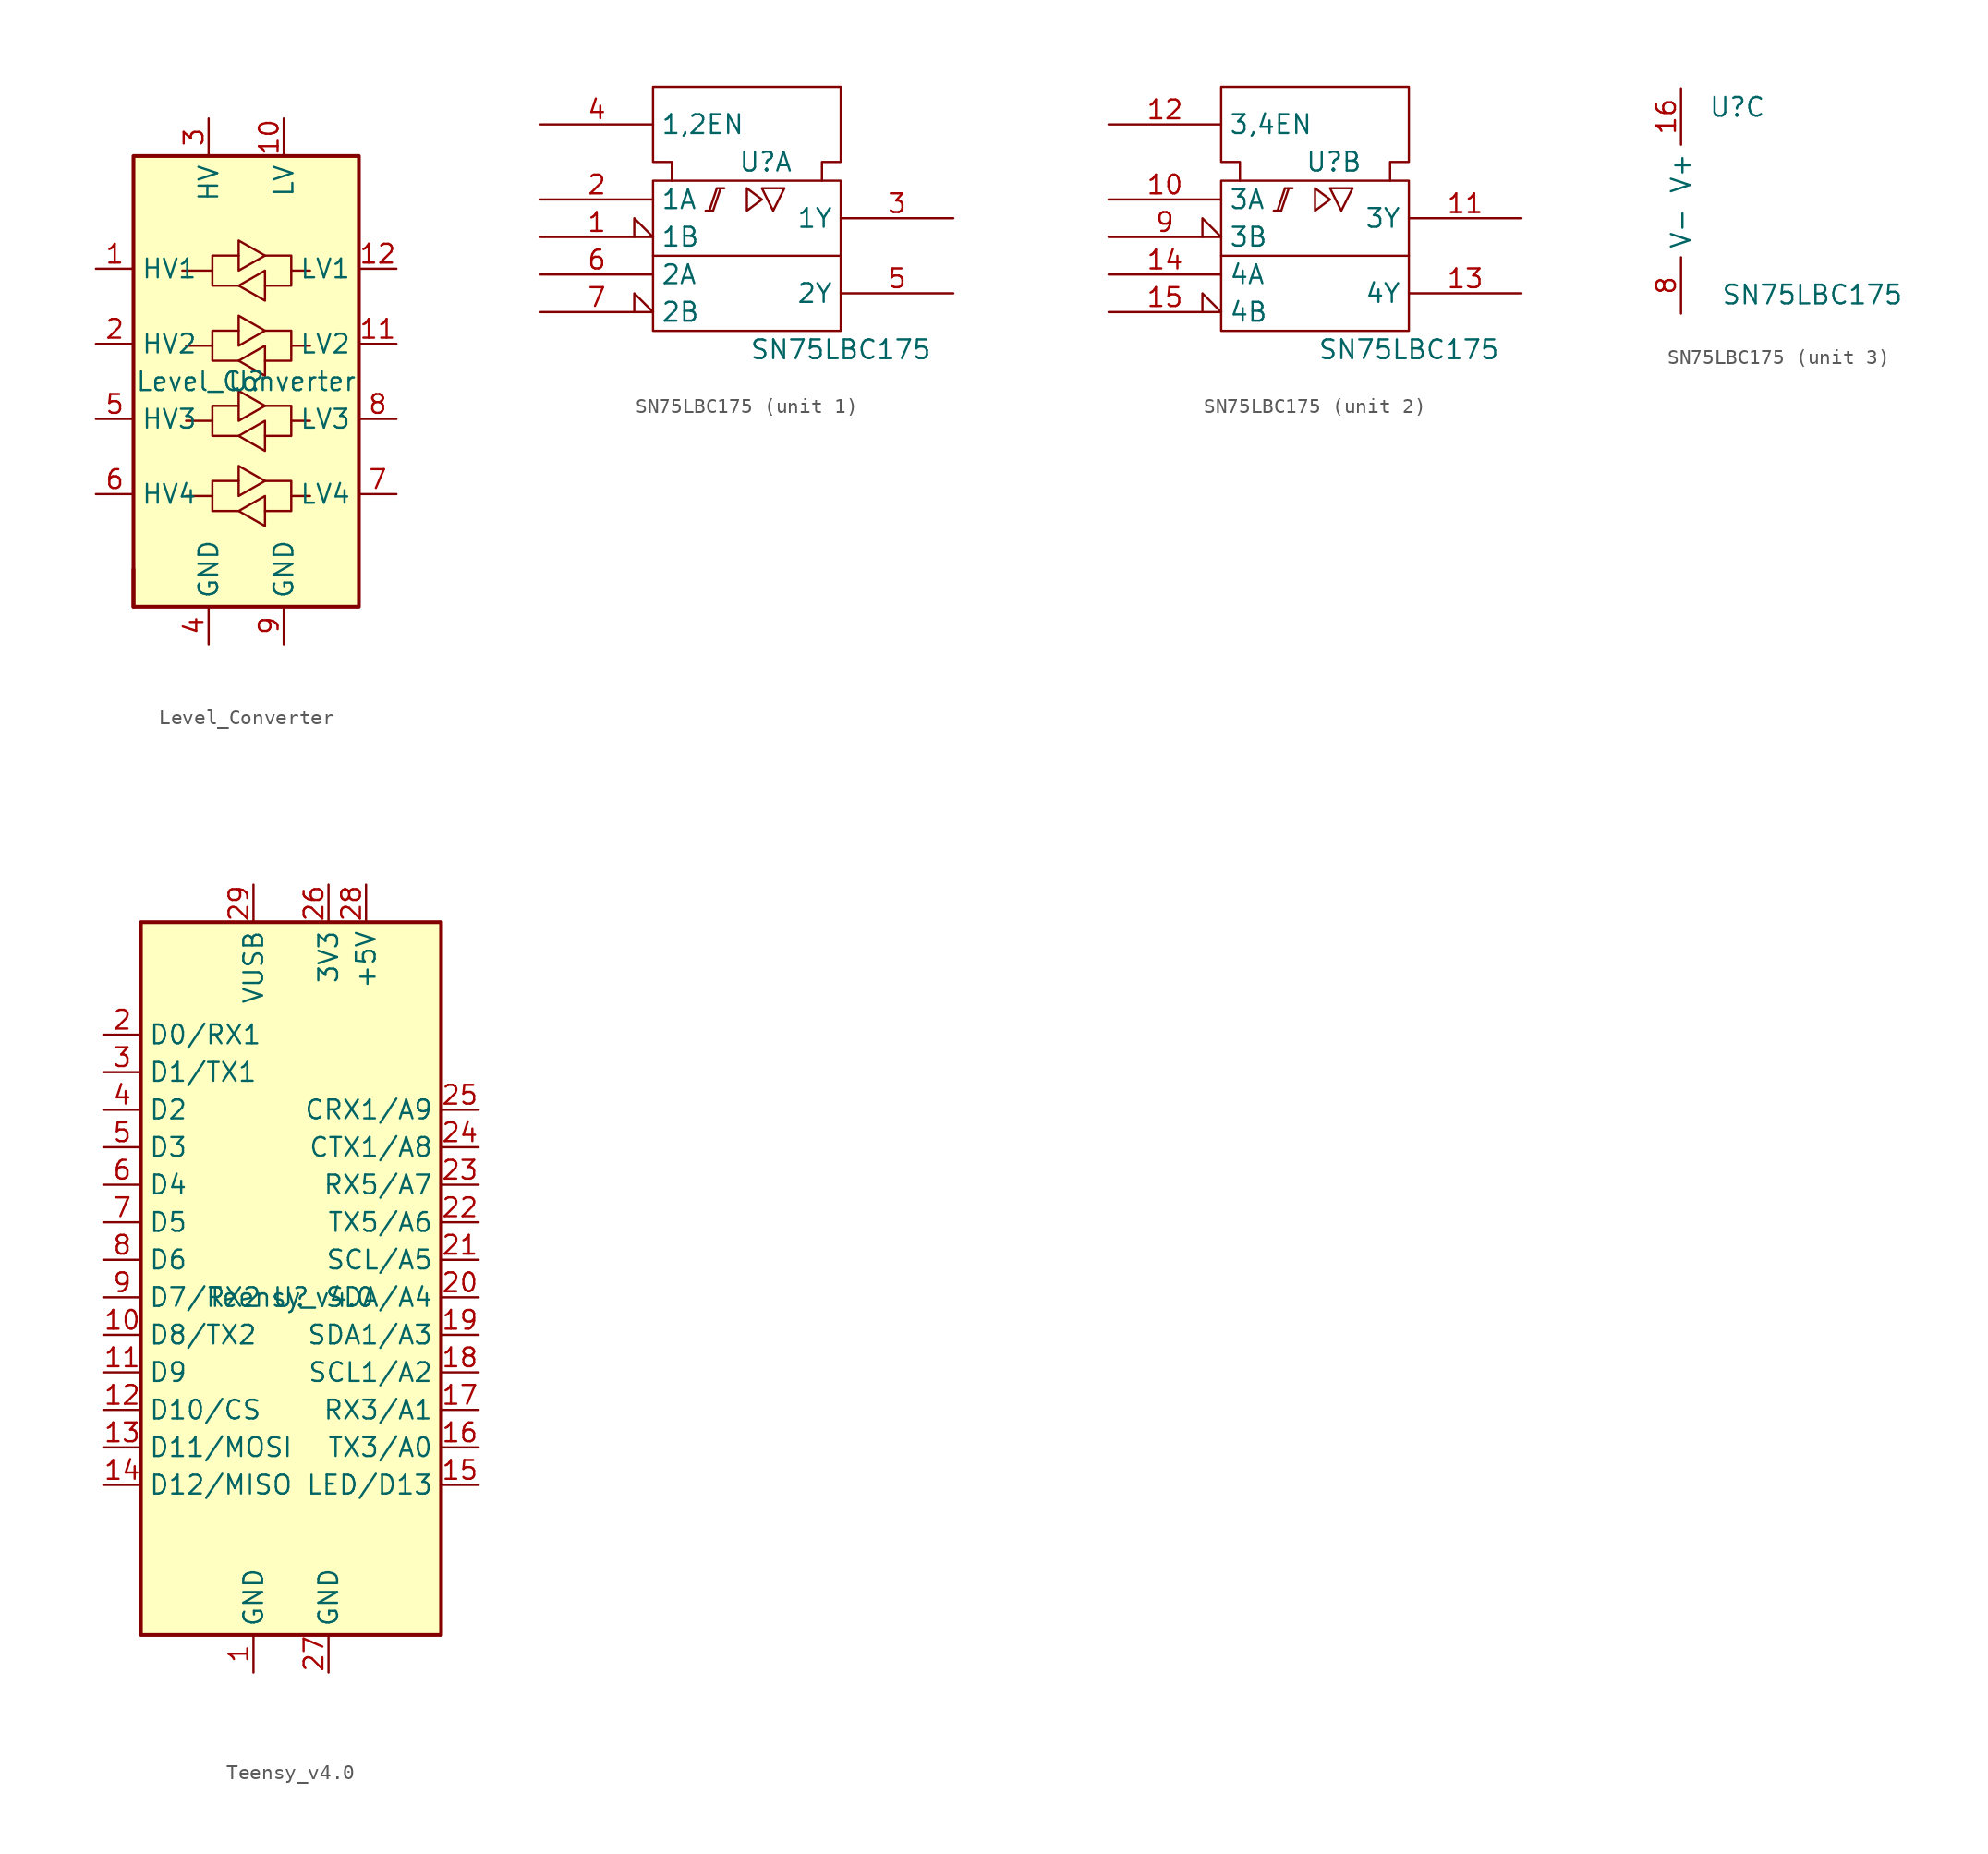
<source format=kicad_sym>
(kicad_symbol_lib
  (version 20211014)
  (generator kicad_symbol_editor)
  (symbol "Level_Converter"
    (property "Reference" "U"
      (at 0 0 0)
      (effects (font (size 1.27 1.27))))
    (property "Value" "Level_Converter"
      (at 0 0 0)
      (effects (font (size 1.27 1.27))))
    (symbol "Level_Converter_0_1"
      (rectangle (start -7.62 -15.24) (end -7.62 -12.7) (stroke (width 0.254) (type default) (color 0 0 0 0)) (fill (type none)))
      (rectangle (start -7.62 15.24) (end 7.62 -15.24) (stroke (width 0.254) (type default) (color 0 0 0 0)) (fill (type background)))
      (polyline (pts (xy -2.286 -7.747) (xy -2.286 -6.731) (xy -0.508 -6.731)) (stroke (width 0) (type default) (color 0 0 0 0)) (fill (type none)))
      (polyline (pts (xy -2.286 -2.667) (xy -2.286 -1.651) (xy -0.508 -1.651)) (stroke (width 0) (type default) (color 0 0 0 0)) (fill (type none)))
      (polyline (pts (xy -2.286 2.413) (xy -2.286 3.429) (xy -0.508 3.429)) (stroke (width 0) (type default) (color 0 0 0 0)) (fill (type none)))
      (polyline (pts (xy -2.286 7.493) (xy -2.286 8.509) (xy -0.508 8.509)) (stroke (width 0) (type default) (color 0 0 0 0)) (fill (type none)))
      (polyline (pts (xy 3.048 -7.747) (xy 3.048 -8.763) (xy 1.27 -8.763)) (stroke (width 0) (type default) (color 0 0 0 0)) (fill (type none)))
      (polyline (pts (xy 3.048 -2.667) (xy 3.048 -3.683) (xy 1.27 -3.683)) (stroke (width 0) (type default) (color 0 0 0 0)) (fill (type none)))
      (polyline (pts (xy 3.048 2.413) (xy 3.048 1.397) (xy 1.27 1.397)) (stroke (width 0) (type default) (color 0 0 0 0)) (fill (type none)))
      (polyline (pts (xy 3.048 7.493) (xy 3.048 6.477) (xy 1.27 6.477)) (stroke (width 0) (type default) (color 0 0 0 0)) (fill (type none)))
      (polyline (pts (xy -0.508 -8.763) (xy -2.286 -8.763) (xy -2.286 -7.747) (xy -4.064 -7.747)) (stroke (width 0) (type default) (color 0 0 0 0)) (fill (type none)))
      (polyline (pts (xy -0.508 -8.763) (xy 1.27 -7.747) (xy 1.27 -9.779) (xy -0.508 -8.763)) (stroke (width 0) (type default) (color 0 0 0 0)) (fill (type none)))
      (polyline (pts (xy -0.508 -3.683) (xy -2.286 -3.683) (xy -2.286 -2.667) (xy -4.064 -2.667)) (stroke (width 0) (type default) (color 0 0 0 0)) (fill (type none)))
      (polyline (pts (xy -0.508 -3.683) (xy 1.27 -2.667) (xy 1.27 -4.699) (xy -0.508 -3.683)) (stroke (width 0) (type default) (color 0 0 0 0)) (fill (type none)))
      (polyline (pts (xy -0.508 1.397) (xy -2.286 1.397) (xy -2.286 2.413) (xy -4.064 2.413)) (stroke (width 0) (type default) (color 0 0 0 0)) (fill (type none)))
      (polyline (pts (xy -0.508 1.397) (xy 1.27 2.413) (xy 1.27 0.381) (xy -0.508 1.397)) (stroke (width 0) (type default) (color 0 0 0 0)) (fill (type none)))
      (polyline (pts (xy -0.508 6.477) (xy -2.286 6.477) (xy -2.286 7.493) (xy -4.318 7.493)) (stroke (width 0) (type default) (color 0 0 0 0)) (fill (type none)))
      (polyline (pts (xy -0.508 6.477) (xy 1.27 7.493) (xy 1.27 5.461) (xy -0.508 6.477)) (stroke (width 0) (type default) (color 0 0 0 0)) (fill (type none)))
      (polyline (pts (xy 1.27 -6.731) (xy -0.508 -7.747) (xy -0.508 -5.715) (xy 1.27 -6.731)) (stroke (width 0) (type default) (color 0 0 0 0)) (fill (type none)))
      (polyline (pts (xy 1.27 -6.731) (xy 3.048 -6.731) (xy 3.048 -7.747) (xy 4.318 -7.747)) (stroke (width 0) (type default) (color 0 0 0 0)) (fill (type none)))
      (polyline (pts (xy 1.27 -1.651) (xy -0.508 -2.667) (xy -0.508 -0.635) (xy 1.27 -1.651)) (stroke (width 0) (type default) (color 0 0 0 0)) (fill (type none)))
      (polyline (pts (xy 1.27 -1.651) (xy 3.048 -1.651) (xy 3.048 -2.667) (xy 4.318 -2.667)) (stroke (width 0) (type default) (color 0 0 0 0)) (fill (type none)))
      (polyline (pts (xy 1.27 3.429) (xy -0.508 2.413) (xy -0.508 4.445) (xy 1.27 3.429)) (stroke (width 0) (type default) (color 0 0 0 0)) (fill (type none)))
      (polyline (pts (xy 1.27 3.429) (xy 3.048 3.429) (xy 3.048 2.413) (xy 4.318 2.413)) (stroke (width 0) (type default) (color 0 0 0 0)) (fill (type none)))
      (polyline (pts (xy 1.27 8.509) (xy -0.508 7.493) (xy -0.508 9.525) (xy 1.27 8.509)) (stroke (width 0) (type default) (color 0 0 0 0)) (fill (type none)))
      (polyline (pts (xy 1.27 8.509) (xy 3.048 8.509) (xy 3.048 7.493) (xy 4.318 7.493)) (stroke (width 0) (type default) (color 0 0 0 0)) (fill (type none))))
    (symbol "Level_Converter_1_1"
      (pin bidirectional line (at -10.16 7.62 0) (length 2.54) (name "HV1" (effects (font (size 1.27 1.27)))) (number "1" (effects (font (size 1.27 1.27)))))
      (pin power_in line (at 2.54 17.78 270) (length 2.54) (name "LV" (effects (font (size 1.27 1.27)))) (number "10" (effects (font (size 1.27 1.27)))))
      (pin bidirectional line (at 10.16 2.54 180) (length 2.54) (name "LV2" (effects (font (size 1.27 1.27)))) (number "11" (effects (font (size 1.27 1.27)))))
      (pin bidirectional line (at 10.16 7.62 180) (length 2.54) (name "LV1" (effects (font (size 1.27 1.27)))) (number "12" (effects (font (size 1.27 1.27)))))
      (pin bidirectional line (at -10.16 2.54 0) (length 2.54) (name "HV2" (effects (font (size 1.27 1.27)))) (number "2" (effects (font (size 1.27 1.27)))))
      (pin power_in line (at -2.54 17.78 270) (length 2.54) (name "HV" (effects (font (size 1.27 1.27)))) (number "3" (effects (font (size 1.27 1.27)))))
      (pin power_in line (at -2.54 -17.78 90) (length 2.54) (name "GND" (effects (font (size 1.27 1.27)))) (number "4" (effects (font (size 1.27 1.27)))))
      (pin bidirectional line (at -10.16 -2.54 0) (length 2.54) (name "HV3" (effects (font (size 1.27 1.27)))) (number "5" (effects (font (size 1.27 1.27)))))
      (pin bidirectional line (at -10.16 -7.62 0) (length 2.54) (name "HV4" (effects (font (size 1.27 1.27)))) (number "6" (effects (font (size 1.27 1.27)))))
      (pin bidirectional line (at 10.16 -7.62 180) (length 2.54) (name "LV4" (effects (font (size 1.27 1.27)))) (number "7" (effects (font (size 1.27 1.27)))))
      (pin bidirectional line (at 10.16 -2.54 180) (length 2.54) (name "LV3" (effects (font (size 1.27 1.27)))) (number "8" (effects (font (size 1.27 1.27)))))
      (pin power_in line (at 2.54 -17.78 90) (length 2.54) (name "GND" (effects (font (size 1.27 1.27)))) (number "9" (effects (font (size 1.27 1.27)))))))
  (symbol "SN75LBC175"
    (property "Reference" "U"
      (at 1.27 6.35 0)
      (effects (font (size 1.27 1.27))))
    (property "Value" "SN75LBC175"
      (at 6.35 -6.35 0)
      (effects (font (size 1.27 1.27))))
    (symbol "SN75LBC175_1_0"
      (polyline (pts (xy 1.016 4.572) (xy 2.54 4.572) (xy 1.778 3.048) (xy 1.016 4.572) (xy 1.016 4.572)) (stroke (width 0) (type default) (color 0 0 0 0)) (fill (type none))))
    (symbol "SN75LBC175_1_1"
      (rectangle (start -6.35 5.08) (end 6.35 -5.08) (stroke (width 0) (type default) (color 0 0 0 0)) (fill (type none)))
      (polyline (pts (xy -6.35 0) (xy 6.35 0) (xy 6.35 0)) (stroke (width 0) (type default) (color 0 0 0 0)) (fill (type none)))
      (polyline (pts (xy 0 4.572) (xy 0 3.048) (xy 1.016 3.81) (xy 0 4.572) (xy 0 4.572)) (stroke (width 0) (type default) (color 0 0 0 0)) (fill (type none)))
      (polyline (pts (xy -2.794 3.048) (xy -2.286 3.048) (xy -1.778 4.572) (xy -1.524 4.572) (xy -2.032 4.572) (xy -2.54 3.048) (xy -2.54 3.048)) (stroke (width 0) (type default) (color 0 0 0 0)) (fill (type none)))
      (polyline (pts (xy -5.08 5.08) (xy -5.08 6.35) (xy -6.35 6.35) (xy -6.35 11.43) (xy 6.35 11.43) (xy 6.35 6.35) (xy 5.08 6.35) (xy 5.08 5.08) (xy 5.08 5.08)) (stroke (width 0) (type default) (color 0 0 0 0)) (fill (type none)))
      (pin input input_low (at -13.97 1.27 0) (length 7.62) (name "1B" (effects (font (size 1.27 1.27)))) (number "1" (effects (font (size 1.27 1.27)))))
      (pin input line (at -13.97 3.81 0) (length 7.62) (name "1A" (effects (font (size 1.27 1.27)))) (number "2" (effects (font (size 1.27 1.27)))))
      (pin output line (at 13.97 2.54 180) (length 7.62) (name "1Y" (effects (font (size 1.27 1.27)))) (number "3" (effects (font (size 1.27 1.27)))))
      (pin input line (at -13.97 8.89 0) (length 7.62) (name "1,2EN" (effects (font (size 1.27 1.27)))) (number "4" (effects (font (size 1.27 1.27)))))
      (pin output line (at 13.97 -2.54 180) (length 7.62) (name "2Y" (effects (font (size 1.27 1.27)))) (number "5" (effects (font (size 1.27 1.27)))))
      (pin input line (at -13.97 -1.27 0) (length 7.62) (name "2A" (effects (font (size 1.27 1.27)))) (number "6" (effects (font (size 1.27 1.27)))))
      (pin input input_low (at -13.97 -3.81 0) (length 7.62) (name "2B" (effects (font (size 1.27 1.27)))) (number "7" (effects (font (size 1.27 1.27))))))
    (symbol "SN75LBC175_2_0"
      (polyline (pts (xy 1.016 4.572) (xy 2.54 4.572) (xy 1.778 3.048) (xy 1.016 4.572) (xy 1.016 4.572)) (stroke (width 0) (type default) (color 0 0 0 0)) (fill (type none))))
    (symbol "SN75LBC175_2_1"
      (rectangle (start -6.35 5.08) (end 6.35 -5.08) (stroke (width 0) (type default) (color 0 0 0 0)) (fill (type none)))
      (polyline (pts (xy -6.35 0) (xy 6.35 0) (xy 6.35 0)) (stroke (width 0) (type default) (color 0 0 0 0)) (fill (type none)))
      (polyline (pts (xy 0 4.572) (xy 0 3.048) (xy 1.016 3.81) (xy 0 4.572) (xy 0 4.572)) (stroke (width 0) (type default) (color 0 0 0 0)) (fill (type none)))
      (polyline (pts (xy -2.794 3.048) (xy -2.286 3.048) (xy -1.778 4.572) (xy -1.524 4.572) (xy -2.032 4.572) (xy -2.54 3.048) (xy -2.54 3.048)) (stroke (width 0) (type default) (color 0 0 0 0)) (fill (type none)))
      (polyline (pts (xy -5.08 5.08) (xy -5.08 6.35) (xy -6.35 6.35) (xy -6.35 11.43) (xy 6.35 11.43) (xy 6.35 6.35) (xy 5.08 6.35) (xy 5.08 5.08) (xy 5.08 5.08)) (stroke (width 0) (type default) (color 0 0 0 0)) (fill (type none)))
      (pin input line (at -13.97 3.81 0) (length 7.62) (name "3A" (effects (font (size 1.27 1.27)))) (number "10" (effects (font (size 1.27 1.27)))))
      (pin output line (at 13.97 2.54 180) (length 7.62) (name "3Y" (effects (font (size 1.27 1.27)))) (number "11" (effects (font (size 1.27 1.27)))))
      (pin input line (at -13.97 8.89 0) (length 7.62) (name "3,4EN" (effects (font (size 1.27 1.27)))) (number "12" (effects (font (size 1.27 1.27)))))
      (pin output line (at 13.97 -2.54 180) (length 7.62) (name "4Y" (effects (font (size 1.27 1.27)))) (number "13" (effects (font (size 1.27 1.27)))))
      (pin input line (at -13.97 -1.27 0) (length 7.62) (name "4A" (effects (font (size 1.27 1.27)))) (number "14" (effects (font (size 1.27 1.27)))))
      (pin input input_low (at -13.97 -3.81 0) (length 7.62) (name "4B" (effects (font (size 1.27 1.27)))) (number "15" (effects (font (size 1.27 1.27)))))
      (pin input input_low (at -13.97 1.27 0) (length 7.62) (name "3B" (effects (font (size 1.27 1.27)))) (number "9" (effects (font (size 1.27 1.27))))))
    (symbol "SN75LBC175_3_1"
      (pin power_in line (at -2.54 7.62 270) (length 3.81) (name "V+" (effects (font (size 1.27 1.27)))) (number "16" (effects (font (size 1.27 1.27)))))
      (pin power_in line (at -2.54 -7.62 90) (length 3.81) (name "V-" (effects (font (size 1.27 1.27)))) (number "8" (effects (font (size 1.27 1.27)))))))
  (symbol "Teensy_v4.0"
    (property "Reference" "U"
      (at 0 -2.54 0)
      (effects (font (size 1.27 1.27))))
    (property "Value" "Teensy_v4.0"
      (at 0 -2.54 0)
      (effects (font (size 1.27 1.27))))
    (symbol "Teensy_v4.0_0_1"
      (rectangle (start -10.16 22.86) (end 10.16 -25.4) (stroke (width 0.254) (type default) (color 0 0 0 0)) (fill (type background))))
    (symbol "Teensy_v4.0_1_1"
      (pin power_in line (at -2.54 -27.94 90) (length 2.54) (name "GND" (effects (font (size 1.27 1.27)))) (number "1" (effects (font (size 1.27 1.27)))))
      (pin bidirectional line (at -12.7 -5.08 0) (length 2.54) (name "D8/TX2" (effects (font (size 1.27 1.27)))) (number "10" (effects (font (size 1.27 1.27)))))
      (pin bidirectional line (at -12.7 -7.62 0) (length 2.54) (name "D9" (effects (font (size 1.27 1.27)))) (number "11" (effects (font (size 1.27 1.27)))))
      (pin bidirectional line (at -12.7 -10.16 0) (length 2.54) (name "D10/CS" (effects (font (size 1.27 1.27)))) (number "12" (effects (font (size 1.27 1.27)))))
      (pin bidirectional line (at -12.7 -12.7 0) (length 2.54) (name "D11/MOSI" (effects (font (size 1.27 1.27)))) (number "13" (effects (font (size 1.27 1.27)))))
      (pin bidirectional line (at -12.7 -15.24 0) (length 2.54) (name "D12/MISO" (effects (font (size 1.27 1.27)))) (number "14" (effects (font (size 1.27 1.27)))))
      (pin bidirectional line (at 12.7 -15.24 180) (length 2.54) (name "LED/D13" (effects (font (size 1.27 1.27)))) (number "15" (effects (font (size 1.27 1.27)))))
      (pin bidirectional line (at 12.7 -12.7 180) (length 2.54) (name "TX3/A0" (effects (font (size 1.27 1.27)))) (number "16" (effects (font (size 1.27 1.27)))))
      (pin bidirectional line (at 12.7 -10.16 180) (length 2.54) (name "RX3/A1" (effects (font (size 1.27 1.27)))) (number "17" (effects (font (size 1.27 1.27)))))
      (pin bidirectional line (at 12.7 -7.62 180) (length 2.54) (name "SCL1/A2" (effects (font (size 1.27 1.27)))) (number "18" (effects (font (size 1.27 1.27)))))
      (pin bidirectional line (at 12.7 -5.08 180) (length 2.54) (name "SDA1/A3" (effects (font (size 1.27 1.27)))) (number "19" (effects (font (size 1.27 1.27)))))
      (pin bidirectional line (at -12.7 15.24 0) (length 2.54) (name "D0/RX1" (effects (font (size 1.27 1.27)))) (number "2" (effects (font (size 1.27 1.27)))))
      (pin bidirectional line (at 12.7 -2.54 180) (length 2.54) (name "SDA/A4" (effects (font (size 1.27 1.27)))) (number "20" (effects (font (size 1.27 1.27)))))
      (pin bidirectional line (at 12.7 0 180) (length 2.54) (name "SCL/A5" (effects (font (size 1.27 1.27)))) (number "21" (effects (font (size 1.27 1.27)))))
      (pin bidirectional line (at 12.7 2.54 180) (length 2.54) (name "TX5/A6" (effects (font (size 1.27 1.27)))) (number "22" (effects (font (size 1.27 1.27)))))
      (pin bidirectional line (at 12.7 5.08 180) (length 2.54) (name "RX5/A7" (effects (font (size 1.27 1.27)))) (number "23" (effects (font (size 1.27 1.27)))))
      (pin bidirectional line (at 12.7 7.62 180) (length 2.54) (name "CTX1/A8" (effects (font (size 1.27 1.27)))) (number "24" (effects (font (size 1.27 1.27)))))
      (pin bidirectional line (at 12.7 10.16 180) (length 2.54) (name "CRX1/A9" (effects (font (size 1.27 1.27)))) (number "25" (effects (font (size 1.27 1.27)))))
      (pin power_out line (at 2.54 25.4 270) (length 2.54) (name "3V3" (effects (font (size 1.27 1.27)))) (number "26" (effects (font (size 1.27 1.27)))))
      (pin power_in line (at 2.54 -27.94 90) (length 2.54) (name "GND" (effects (font (size 1.27 1.27)))) (number "27" (effects (font (size 1.27 1.27)))))
      (pin power_out line (at 5.08 25.4 270) (length 2.54) (name "+5V" (effects (font (size 1.27 1.27)))) (number "28" (effects (font (size 1.27 1.27)))))
      (pin power_in line (at -2.54 25.4 270) (length 2.54) (name "VUSB" (effects (font (size 1.27 1.27)))) (number "29" (effects (font (size 1.27 1.27)))))
      (pin bidirectional line (at -12.7 12.7 0) (length 2.54) (name "D1/TX1" (effects (font (size 1.27 1.27)))) (number "3" (effects (font (size 1.27 1.27)))))
      (pin bidirectional line (at -12.7 10.16 0) (length 2.54) (name "D2" (effects (font (size 1.27 1.27)))) (number "4" (effects (font (size 1.27 1.27)))))
      (pin bidirectional line (at -12.7 7.62 0) (length 2.54) (name "D3" (effects (font (size 1.27 1.27)))) (number "5" (effects (font (size 1.27 1.27)))))
      (pin bidirectional line (at -12.7 5.08 0) (length 2.54) (name "D4" (effects (font (size 1.27 1.27)))) (number "6" (effects (font (size 1.27 1.27)))))
      (pin bidirectional line (at -12.7 2.54 0) (length 2.54) (name "D5" (effects (font (size 1.27 1.27)))) (number "7" (effects (font (size 1.27 1.27)))))
      (pin bidirectional line (at -12.7 0 0) (length 2.54) (name "D6" (effects (font (size 1.27 1.27)))) (number "8" (effects (font (size 1.27 1.27)))))
      (pin bidirectional line (at -12.7 -2.54 0) (length 2.54) (name "D7/RX2" (effects (font (size 1.27 1.27)))) (number "9" (effects (font (size 1.27 1.27))))))))
</source>
